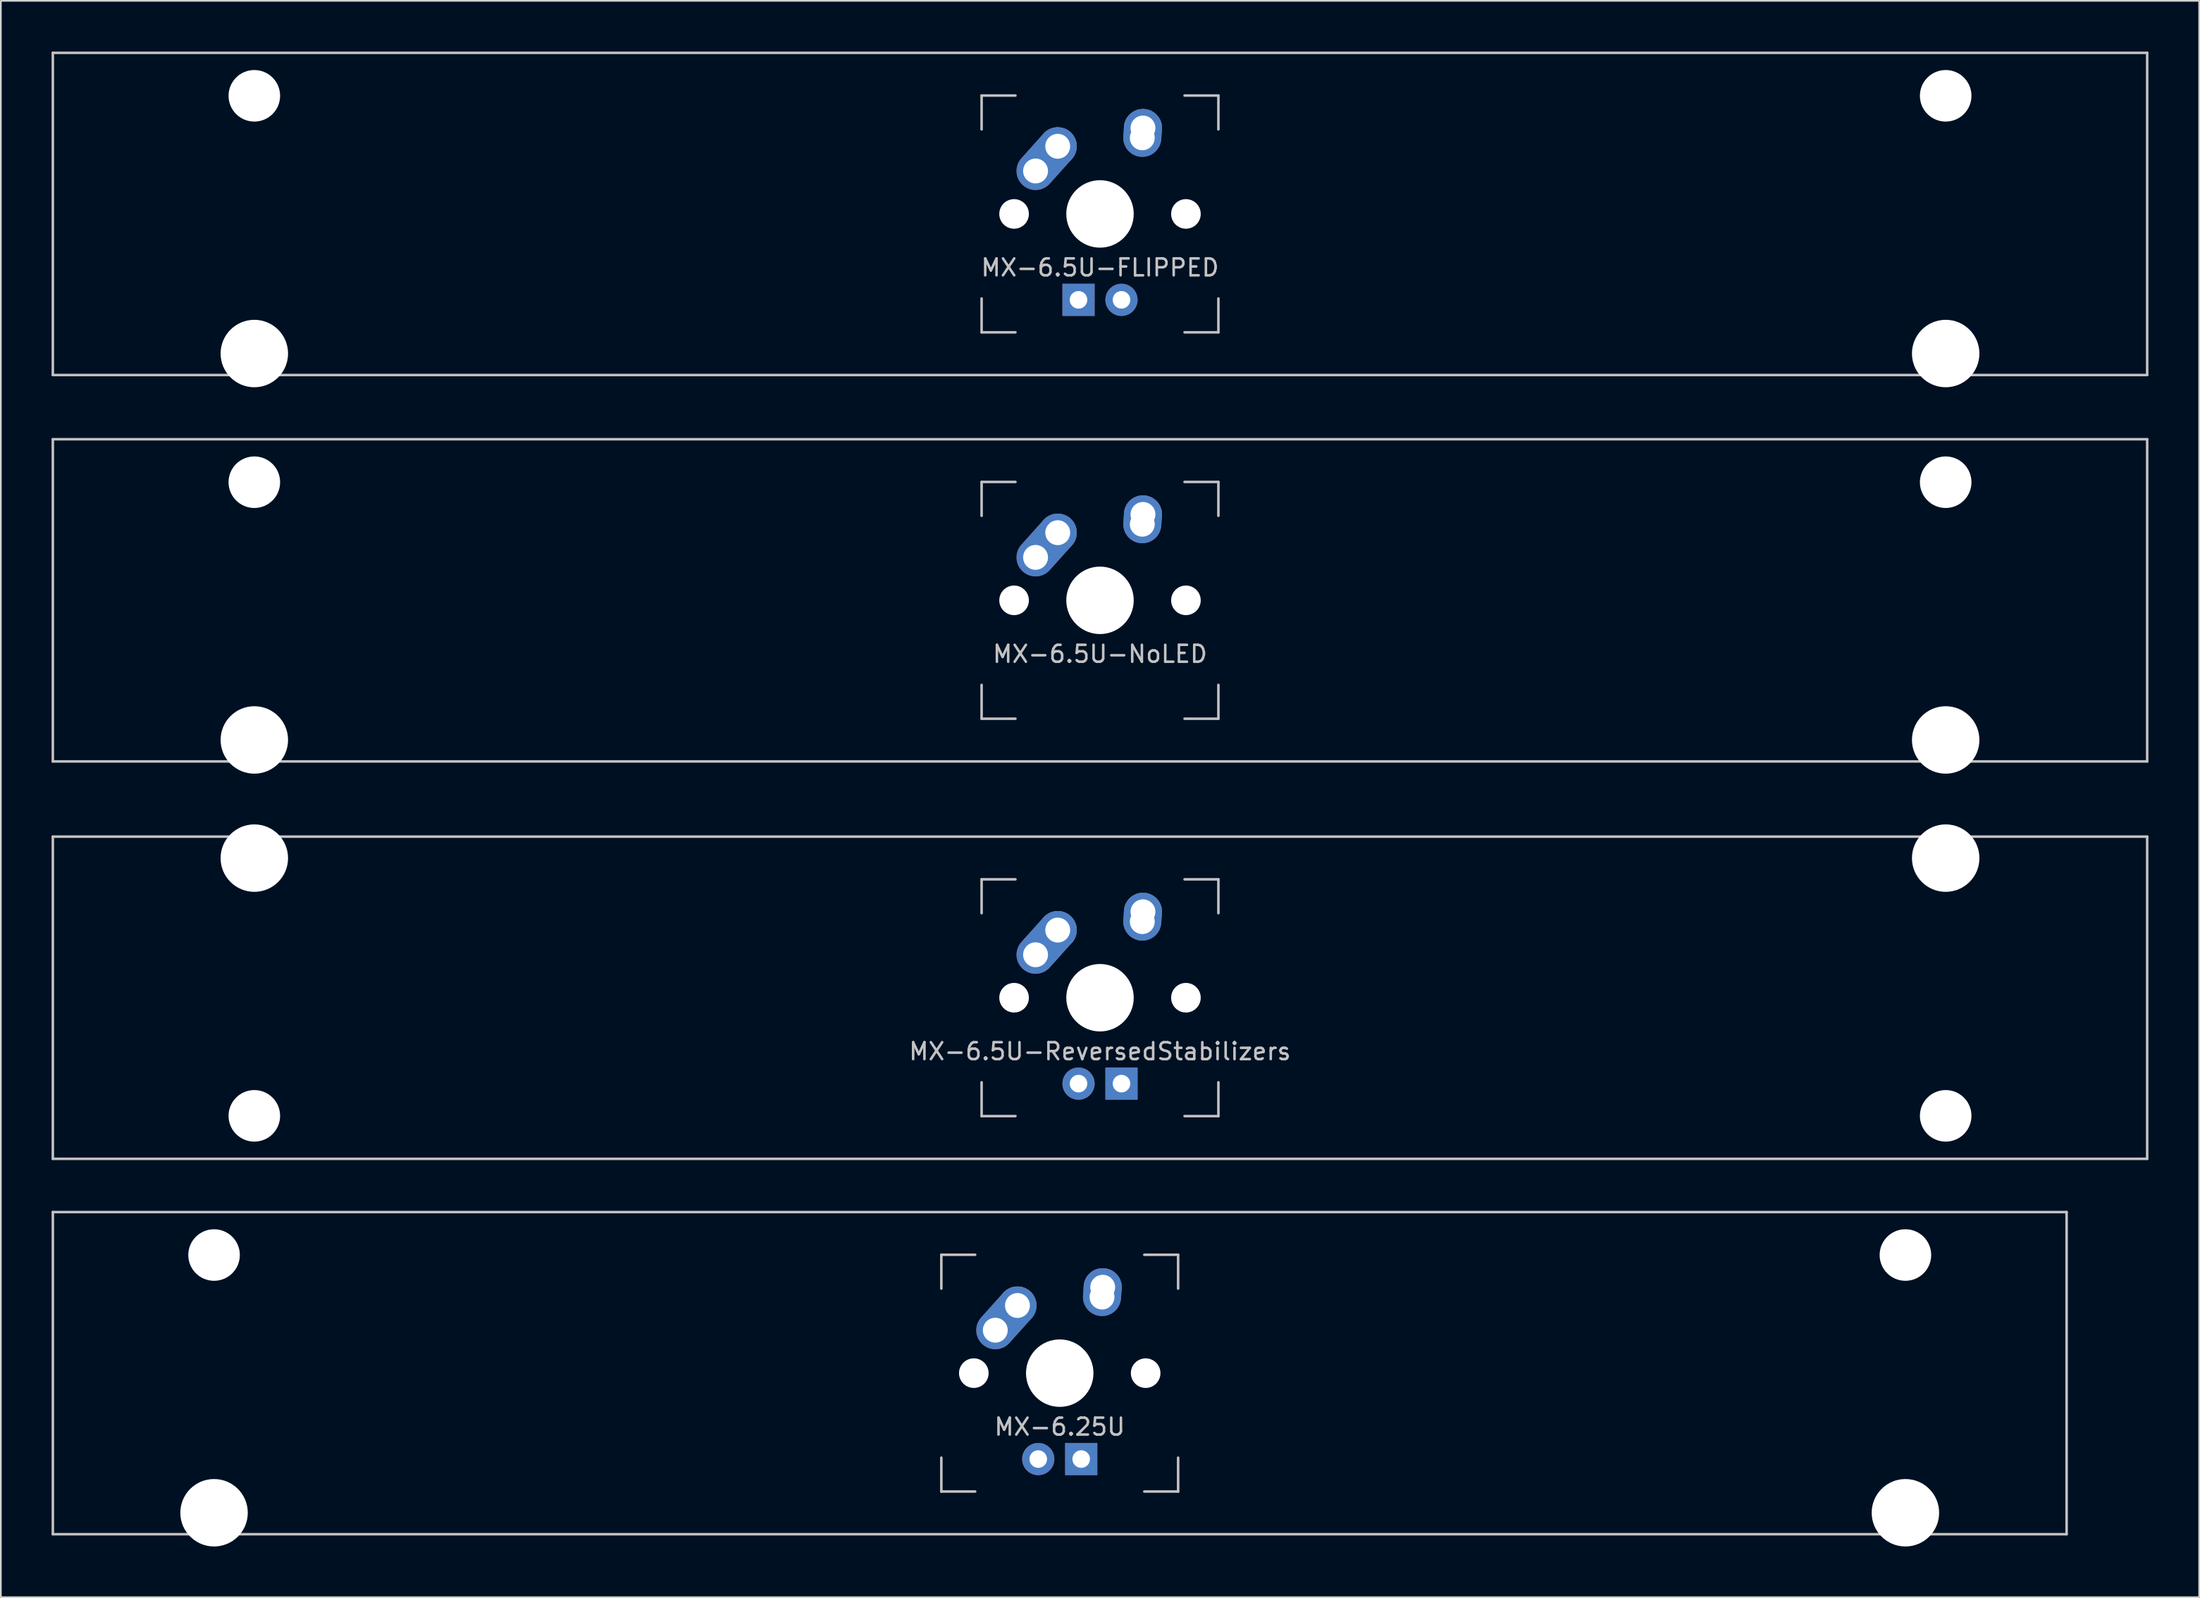
<source format=kicad_pcb>
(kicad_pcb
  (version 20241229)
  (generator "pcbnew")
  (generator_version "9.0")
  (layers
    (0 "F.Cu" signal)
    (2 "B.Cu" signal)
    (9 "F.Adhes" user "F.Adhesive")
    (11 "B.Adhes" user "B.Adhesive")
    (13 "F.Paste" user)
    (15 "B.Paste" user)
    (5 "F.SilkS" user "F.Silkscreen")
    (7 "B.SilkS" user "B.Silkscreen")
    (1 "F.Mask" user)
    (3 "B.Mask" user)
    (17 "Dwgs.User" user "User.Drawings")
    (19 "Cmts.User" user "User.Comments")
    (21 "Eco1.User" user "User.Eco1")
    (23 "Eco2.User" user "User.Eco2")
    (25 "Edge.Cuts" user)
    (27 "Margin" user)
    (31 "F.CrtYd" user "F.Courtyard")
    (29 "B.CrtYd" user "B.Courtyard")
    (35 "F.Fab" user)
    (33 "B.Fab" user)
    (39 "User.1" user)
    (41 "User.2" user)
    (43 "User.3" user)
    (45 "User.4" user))
  (footprint "MX-6.5U-FLIPPED"
    (layer "F.Cu")
    (at 61.987 9.6)
    (property "Reference" "MX-6.5U-FLIPPED" (at 0 3.175 0) (layer "Dwgs.User") (effects (font (size 1 1) (thickness 0.15))))
    (attr through_hole)
    (fp_line (start -61.913 -9.525) (end 61.913 -9.525) (stroke (width 0.15) (type solid)) (layer "Dwgs.User"))
    (fp_line (start -61.913 9.525) (end -61.913 -9.525) (stroke (width 0.15) (type solid)) (layer "Dwgs.User"))
    (fp_line (start -61.913 9.525) (end 61.913 9.525) (stroke (width 0.15) (type solid)) (layer "Dwgs.User"))
    (fp_line (start -7 -7) (end -7 -5) (stroke (width 0.15) (type solid)) (layer "Dwgs.User"))
    (fp_line (start -7 5) (end -7 7) (stroke (width 0.15) (type solid)) (layer "Dwgs.User"))
    (fp_line (start -7 7) (end -5 7) (stroke (width 0.15) (type solid)) (layer "Dwgs.User"))
    (fp_line (start -5 -7) (end -7 -7) (stroke (width 0.15) (type solid)) (layer "Dwgs.User"))
    (fp_line (start 5 -7) (end 7 -7) (stroke (width 0.15) (type solid)) (layer "Dwgs.User"))
    (fp_line (start 5 7) (end 7 7) (stroke (width 0.15) (type solid)) (layer "Dwgs.User"))
    (fp_line (start 7 -7) (end 7 -5) (stroke (width 0.15) (type solid)) (layer "Dwgs.User"))
    (fp_line (start 7 7) (end 7 5) (stroke (width 0.15) (type solid)) (layer "Dwgs.User"))
    (fp_line (start 61.913 -9.525) (end 61.913 9.525) (stroke (width 0.15) (type solid)) (layer "Dwgs.User"))
    (pad "" np_thru_hole circle (at -50 -6.985) (size 3.048 3.048) (drill 3.048) (layers "*.Cu" "*.Mask"))
    (pad "" np_thru_hole circle (at -50 8.255) (size 3.988 3.988) (drill 3.988) (layers "*.Cu" "*.Mask"))
    (pad "" np_thru_hole circle (at -5.08 0 48.1) (size 1.75 1.75) (drill 1.75) (layers "*.Cu" "*.Mask"))
    (pad "" np_thru_hole circle (at 0 0) (size 3.988 3.988) (drill 3.988) (layers "*.Cu" "*.Mask"))
    (pad "" np_thru_hole circle (at 5.08 0 48.1) (size 1.75 1.75) (drill 1.75) (layers "*.Cu" "*.Mask"))
    (pad "" np_thru_hole circle (at 50 -6.985) (size 3.048 3.048) (drill 3.048) (layers "*.Cu" "*.Mask"))
    (pad "" np_thru_hole circle (at 50 8.255) (size 3.988 3.988) (drill 3.988) (layers "*.Cu" "*.Mask"))
    (pad "1" thru_hole oval (at -3.81 -2.54 48.1) (size 4.212 2.25) (drill 1.47 (offset 0.981 0)) (layers "*.Cu" "B.Mask"))
    (pad "1" thru_hole circle (at -2.5 -4) (size 2.25 2.25) (drill 1.47) (layers "*.Cu" "B.Mask"))
    (pad "2" thru_hole oval (at 2.5 -4.5 86.055) (size 2.831 2.25) (drill 1.47 (offset 0.291 0)) (layers "*.Cu" "B.Mask"))
    (pad "2" thru_hole circle (at 2.54 -5.08) (size 2.25 2.25) (drill 1.47) (layers "*.Cu" "B.Mask"))
    (pad "3" thru_hole circle (at 1.27 5.08) (size 1.905 1.905) (drill 1.04) (layers "*.Cu" "B.Mask"))
    (pad "4" thru_hole rect (at -1.27 5.08) (size 1.905 1.905) (drill 1.04) (layers "*.Cu" "B.Mask")))
  (footprint "MX-6.5U-ReversedStabilizers"
    (layer "F.Cu")
    (at 61.987 55.947)
    (property "Reference" "MX-6.5U-ReversedStabilizers" (at 0 3.175 0) (layer "Dwgs.User") (effects (font (size 1 1) (thickness 0.15))))
    (attr through_hole)
    (fp_line (start -61.913 -9.525) (end 61.913 -9.525) (stroke (width 0.15) (type solid)) (layer "Dwgs.User"))
    (fp_line (start -61.913 9.525) (end -61.913 -9.525) (stroke (width 0.15) (type solid)) (layer "Dwgs.User"))
    (fp_line (start -61.913 9.525) (end 61.913 9.525) (stroke (width 0.15) (type solid)) (layer "Dwgs.User"))
    (fp_line (start -7 -7) (end -7 -5) (stroke (width 0.15) (type solid)) (layer "Dwgs.User"))
    (fp_line (start -7 5) (end -7 7) (stroke (width 0.15) (type solid)) (layer "Dwgs.User"))
    (fp_line (start -7 7) (end -5 7) (stroke (width 0.15) (type solid)) (layer "Dwgs.User"))
    (fp_line (start -5 -7) (end -7 -7) (stroke (width 0.15) (type solid)) (layer "Dwgs.User"))
    (fp_line (start 5 -7) (end 7 -7) (stroke (width 0.15) (type solid)) (layer "Dwgs.User"))
    (fp_line (start 5 7) (end 7 7) (stroke (width 0.15) (type solid)) (layer "Dwgs.User"))
    (fp_line (start 7 -7) (end 7 -5) (stroke (width 0.15) (type solid)) (layer "Dwgs.User"))
    (fp_line (start 7 7) (end 7 5) (stroke (width 0.15) (type solid)) (layer "Dwgs.User"))
    (fp_line (start 61.913 -9.525) (end 61.913 9.525) (stroke (width 0.15) (type solid)) (layer "Dwgs.User"))
    (pad "" np_thru_hole circle (at -50 -8.255) (size 3.988 3.988) (drill 3.988) (layers "*.Cu" "*.Mask"))
    (pad "" np_thru_hole circle (at -50 6.985) (size 3.048 3.048) (drill 3.048) (layers "*.Cu" "*.Mask"))
    (pad "" np_thru_hole circle (at -5.08 0 48.1) (size 1.75 1.75) (drill 1.75) (layers "*.Cu" "*.Mask"))
    (pad "" np_thru_hole circle (at 0 0) (size 3.988 3.988) (drill 3.988) (layers "*.Cu" "*.Mask"))
    (pad "" np_thru_hole circle (at 5.08 0 48.1) (size 1.75 1.75) (drill 1.75) (layers "*.Cu" "*.Mask"))
    (pad "" np_thru_hole circle (at 50 -8.255) (size 3.988 3.988) (drill 3.988) (layers "*.Cu" "*.Mask"))
    (pad "" np_thru_hole circle (at 50 6.985) (size 3.048 3.048) (drill 3.048) (layers "*.Cu" "*.Mask"))
    (pad "1" thru_hole oval (at -3.81 -2.54 48.1) (size 4.212 2.25) (drill 1.47 (offset 0.981 0)) (layers "*.Cu" "B.Mask"))
    (pad "1" thru_hole circle (at -2.5 -4) (size 2.25 2.25) (drill 1.47) (layers "*.Cu" "B.Mask"))
    (pad "2" thru_hole oval (at 2.5 -4.5 86.055) (size 2.831 2.25) (drill 1.47 (offset 0.291 0)) (layers "*.Cu" "B.Mask"))
    (pad "2" thru_hole circle (at 2.54 -5.08) (size 2.25 2.25) (drill 1.47) (layers "*.Cu" "B.Mask"))
    (pad "3" thru_hole circle (at -1.27 5.08) (size 1.905 1.905) (drill 1.04) (layers "*.Cu" "B.Mask"))
    (pad "4" thru_hole rect (at 1.27 5.08) (size 1.905 1.905) (drill 1.04) (layers "*.Cu" "B.Mask")))
  (footprint "MX-6.25U"
    (layer "F.Cu")
    (at 59.606 78.147)
    (property "Reference" "MX-6.25U" (at 0 3.175 0) (layer "Dwgs.User") (effects (font (size 1 1) (thickness 0.15))))
    (attr through_hole)
    (fp_line (start -59.531 -9.525) (end 59.531 -9.525) (stroke (width 0.15) (type solid)) (layer "Dwgs.User"))
    (fp_line (start -59.531 9.525) (end -59.531 -9.525) (stroke (width 0.15) (type solid)) (layer "Dwgs.User"))
    (fp_line (start -59.531 9.525) (end 59.531 9.525) (stroke (width 0.15) (type solid)) (layer "Dwgs.User"))
    (fp_line (start -7 -7) (end -7 -5) (stroke (width 0.15) (type solid)) (layer "Dwgs.User"))
    (fp_line (start -7 5) (end -7 7) (stroke (width 0.15) (type solid)) (layer "Dwgs.User"))
    (fp_line (start -7 7) (end -5 7) (stroke (width 0.15) (type solid)) (layer "Dwgs.User"))
    (fp_line (start -5 -7) (end -7 -7) (stroke (width 0.15) (type solid)) (layer "Dwgs.User"))
    (fp_line (start 5 -7) (end 7 -7) (stroke (width 0.15) (type solid)) (layer "Dwgs.User"))
    (fp_line (start 5 7) (end 7 7) (stroke (width 0.15) (type solid)) (layer "Dwgs.User"))
    (fp_line (start 7 -7) (end 7 -5) (stroke (width 0.15) (type solid)) (layer "Dwgs.User"))
    (fp_line (start 7 7) (end 7 5) (stroke (width 0.15) (type solid)) (layer "Dwgs.User"))
    (fp_line (start 59.531 -9.525) (end 59.531 9.525) (stroke (width 0.15) (type solid)) (layer "Dwgs.User"))
    (pad "" np_thru_hole circle (at -50 -6.985) (size 3.048 3.048) (drill 3.048) (layers "*.Cu" "*.Mask"))
    (pad "" np_thru_hole circle (at -50 8.255) (size 3.988 3.988) (drill 3.988) (layers "*.Cu" "*.Mask"))
    (pad "" np_thru_hole circle (at -5.08 0 48.1) (size 1.75 1.75) (drill 1.75) (layers "*.Cu" "*.Mask"))
    (pad "" np_thru_hole circle (at 0 0) (size 3.988 3.988) (drill 3.988) (layers "*.Cu" "*.Mask"))
    (pad "" np_thru_hole circle (at 5.08 0 48.1) (size 1.75 1.75) (drill 1.75) (layers "*.Cu" "*.Mask"))
    (pad "" np_thru_hole circle (at 50 -6.985) (size 3.048 3.048) (drill 3.048) (layers "*.Cu" "*.Mask"))
    (pad "" np_thru_hole circle (at 50 8.255) (size 3.988 3.988) (drill 3.988) (layers "*.Cu" "*.Mask"))
    (pad "1" thru_hole oval (at -3.81 -2.54 48.1) (size 4.212 2.25) (drill 1.47 (offset 0.981 0)) (layers "*.Cu" "B.Mask"))
    (pad "1" thru_hole circle (at -2.5 -4) (size 2.25 2.25) (drill 1.47) (layers "*.Cu" "B.Mask"))
    (pad "2" thru_hole oval (at 2.5 -4.5 86.055) (size 2.831 2.25) (drill 1.47 (offset 0.291 0)) (layers "*.Cu" "B.Mask"))
    (pad "2" thru_hole circle (at 2.54 -5.08) (size 2.25 2.25) (drill 1.47) (layers "*.Cu" "B.Mask"))
    (pad "3" thru_hole circle (at -1.27 5.08) (size 1.905 1.905) (drill 1.04) (layers "*.Cu" "B.Mask"))
    (pad "4" thru_hole rect (at 1.27 5.08) (size 1.905 1.905) (drill 1.04) (layers "*.Cu" "B.Mask")))
  (footprint "MX-6.5U-NoLED"
    (layer "F.Cu")
    (at 61.987 32.449)
    (property "Reference" "MX-6.5U-NoLED" (at 0 3.175 0) (layer "Dwgs.User") (effects (font (size 1 1) (thickness 0.15))))
    (attr through_hole)
    (fp_line (start -61.913 -9.525) (end 61.913 -9.525) (stroke (width 0.15) (type solid)) (layer "Dwgs.User"))
    (fp_line (start -61.913 9.525) (end -61.913 -9.525) (stroke (width 0.15) (type solid)) (layer "Dwgs.User"))
    (fp_line (start -61.913 9.525) (end 61.913 9.525) (stroke (width 0.15) (type solid)) (layer "Dwgs.User"))
    (fp_line (start -7 -7) (end -7 -5) (stroke (width 0.15) (type solid)) (layer "Dwgs.User"))
    (fp_line (start -7 5) (end -7 7) (stroke (width 0.15) (type solid)) (layer "Dwgs.User"))
    (fp_line (start -7 7) (end -5 7) (stroke (width 0.15) (type solid)) (layer "Dwgs.User"))
    (fp_line (start -5 -7) (end -7 -7) (stroke (width 0.15) (type solid)) (layer "Dwgs.User"))
    (fp_line (start 5 -7) (end 7 -7) (stroke (width 0.15) (type solid)) (layer "Dwgs.User"))
    (fp_line (start 5 7) (end 7 7) (stroke (width 0.15) (type solid)) (layer "Dwgs.User"))
    (fp_line (start 7 -7) (end 7 -5) (stroke (width 0.15) (type solid)) (layer "Dwgs.User"))
    (fp_line (start 7 7) (end 7 5) (stroke (width 0.15) (type solid)) (layer "Dwgs.User"))
    (fp_line (start 61.913 -9.525) (end 61.913 9.525) (stroke (width 0.15) (type solid)) (layer "Dwgs.User"))
    (pad "" np_thru_hole circle (at -50 -6.985) (size 3.048 3.048) (drill 3.048) (layers "*.Cu" "*.Mask"))
    (pad "" np_thru_hole circle (at -50 8.255) (size 3.988 3.988) (drill 3.988) (layers "*.Cu" "*.Mask"))
    (pad "" np_thru_hole circle (at -5.08 0 48.1) (size 1.75 1.75) (drill 1.75) (layers "*.Cu" "*.Mask"))
    (pad "" np_thru_hole circle (at 0 0) (size 3.988 3.988) (drill 3.988) (layers "*.Cu" "*.Mask"))
    (pad "" np_thru_hole circle (at 5.08 0 48.1) (size 1.75 1.75) (drill 1.75) (layers "*.Cu" "*.Mask"))
    (pad "" np_thru_hole circle (at 50 -6.985) (size 3.048 3.048) (drill 3.048) (layers "*.Cu" "*.Mask"))
    (pad "" np_thru_hole circle (at 50 8.255) (size 3.988 3.988) (drill 3.988) (layers "*.Cu" "*.Mask"))
    (pad "1" thru_hole oval (at -3.81 -2.54 48.1) (size 4.212 2.25) (drill 1.47 (offset 0.981 0)) (layers "*.Cu" "B.Mask"))
    (pad "1" thru_hole circle (at -2.5 -4) (size 2.25 2.25) (drill 1.47) (layers "*.Cu" "B.Mask"))
    (pad "2" thru_hole oval (at 2.5 -4.5 86.055) (size 2.831 2.25) (drill 1.47 (offset 0.291 0)) (layers "*.Cu" "B.Mask"))
    (pad "2" thru_hole circle (at 2.54 -5.08) (size 2.25 2.25) (drill 1.47) (layers "*.Cu" "B.Mask")))
  (gr_rect
    (start -3 -3)
    (end 126.975 91.396)
    (stroke (width 0.1) (type default))
    (fill no)
    (layer "Edge.Cuts")))
</source>
